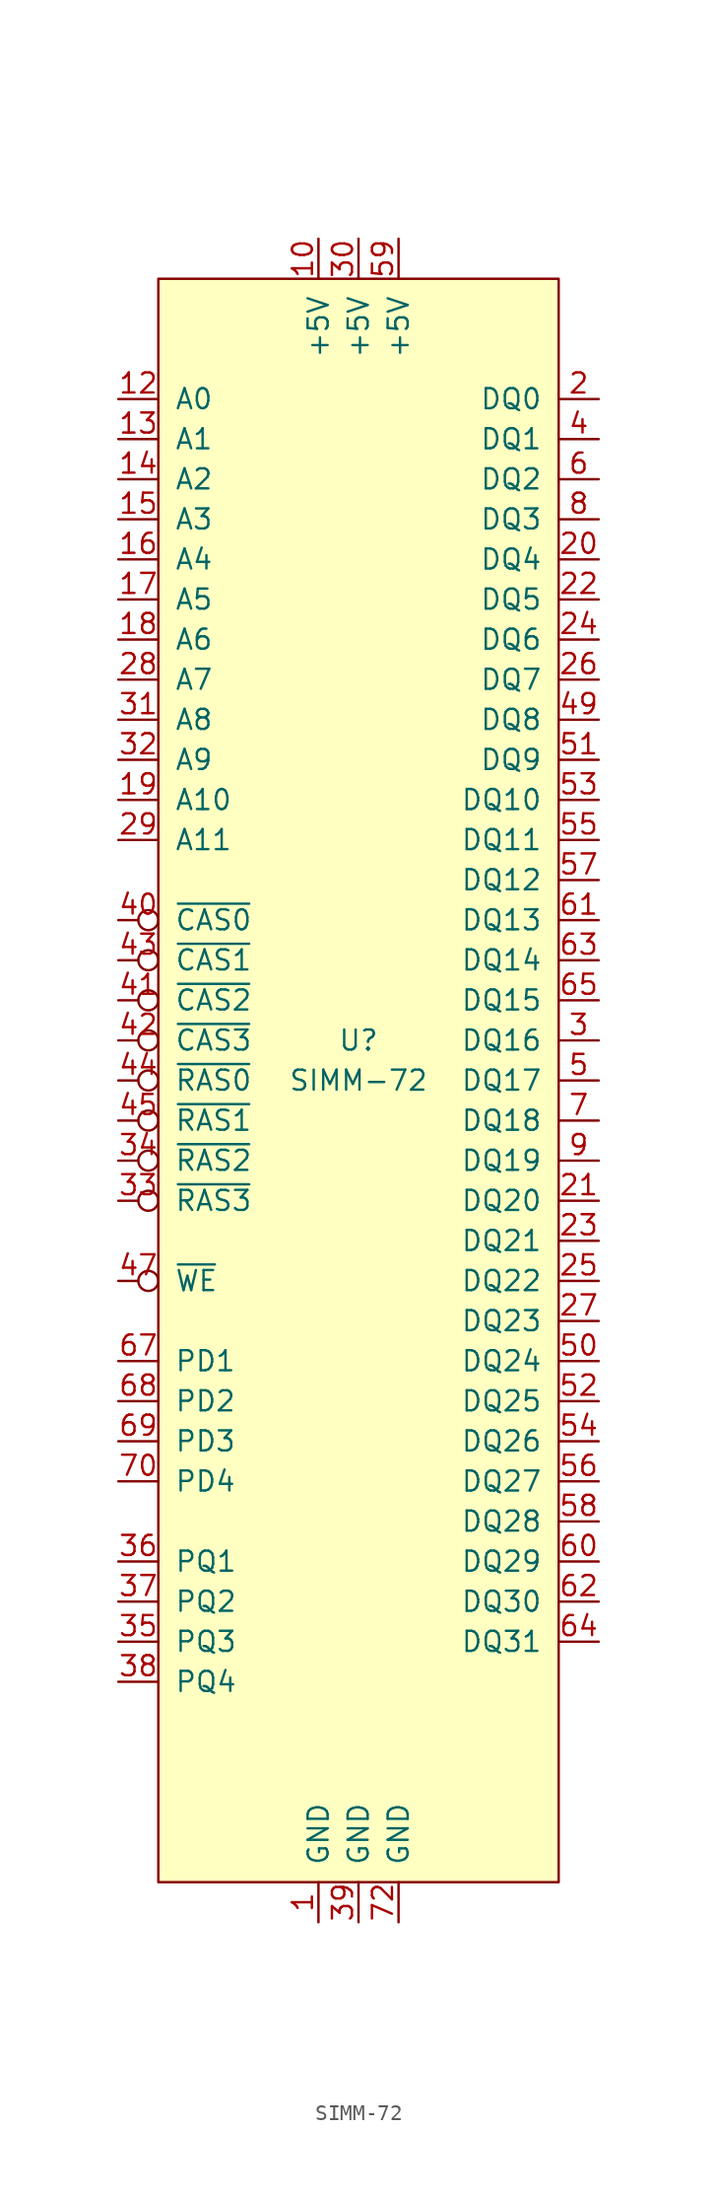
<source format=kicad_sym>
(kicad_symbol_lib
  (version 20231120)
  (generator "kicad_symbol_editor")
  (generator_version "8.0")
  (symbol "SIMM-72"
    (pin_names
      (offset 1.016))
    (property "Reference" "U"
      (at 0 2.54 0)
      (effects (font (size 1.27 1.27))))
    (property "Value" "SIMM-72"
      (at 0 0 0)
      (effects (font (size 1.27 1.27))))
    (symbol "SIMM-72_1_1"
      (rectangle (start -12.7 50.8) (end 12.7 -50.8) (stroke (width 0) (type solid)) (fill (type background)))
      (pin power_in line (at -2.54 -53.34 90) (length 2.54) (name "GND" (effects (font (size 1.27 1.27)))) (number "1" (effects (font (size 1.27 1.27)))))
      (pin power_in line (at -2.54 53.34 270) (length 2.54) (name "+5V" (effects (font (size 1.27 1.27)))) (number "10" (effects (font (size 1.27 1.27)))))
      (pin no_connect line (at -10.16 -53.34 90) (length 2.54) hide (name "NC" (effects (font (size 1.27 1.27)))) (number "11" (effects (font (size 1.27 1.27)))))
      (pin input line (at -15.24 43.18 0) (length 2.54) (name "A0" (effects (font (size 1.27 1.27)))) (number "12" (effects (font (size 1.27 1.27)))))
      (pin input line (at -15.24 40.64 0) (length 2.54) (name "A1" (effects (font (size 1.27 1.27)))) (number "13" (effects (font (size 1.27 1.27)))))
      (pin input line (at -15.24 38.1 0) (length 2.54) (name "A2" (effects (font (size 1.27 1.27)))) (number "14" (effects (font (size 1.27 1.27)))))
      (pin input line (at -15.24 35.56 0) (length 2.54) (name "A3" (effects (font (size 1.27 1.27)))) (number "15" (effects (font (size 1.27 1.27)))))
      (pin input line (at -15.24 33.02 0) (length 2.54) (name "A4" (effects (font (size 1.27 1.27)))) (number "16" (effects (font (size 1.27 1.27)))))
      (pin input line (at -15.24 30.48 0) (length 2.54) (name "A5" (effects (font (size 1.27 1.27)))) (number "17" (effects (font (size 1.27 1.27)))))
      (pin input line (at -15.24 27.94 0) (length 2.54) (name "A6" (effects (font (size 1.27 1.27)))) (number "18" (effects (font (size 1.27 1.27)))))
      (pin input line (at -15.24 17.78 0) (length 2.54) (name "A10" (effects (font (size 1.27 1.27)))) (number "19" (effects (font (size 1.27 1.27)))))
      (pin bidirectional line (at 15.24 43.18 180) (length 2.54) (name "DQ0" (effects (font (size 1.27 1.27)))) (number "2" (effects (font (size 1.27 1.27)))))
      (pin bidirectional line (at 15.24 33.02 180) (length 2.54) (name "DQ4" (effects (font (size 1.27 1.27)))) (number "20" (effects (font (size 1.27 1.27)))))
      (pin bidirectional line (at 15.24 -7.62 180) (length 2.54) (name "DQ20" (effects (font (size 1.27 1.27)))) (number "21" (effects (font (size 1.27 1.27)))))
      (pin bidirectional line (at 15.24 30.48 180) (length 2.54) (name "DQ5" (effects (font (size 1.27 1.27)))) (number "22" (effects (font (size 1.27 1.27)))))
      (pin bidirectional line (at 15.24 -10.16 180) (length 2.54) (name "DQ21" (effects (font (size 1.27 1.27)))) (number "23" (effects (font (size 1.27 1.27)))))
      (pin bidirectional line (at 15.24 27.94 180) (length 2.54) (name "DQ6" (effects (font (size 1.27 1.27)))) (number "24" (effects (font (size 1.27 1.27)))))
      (pin bidirectional line (at 15.24 -12.7 180) (length 2.54) (name "DQ22" (effects (font (size 1.27 1.27)))) (number "25" (effects (font (size 1.27 1.27)))))
      (pin bidirectional line (at 15.24 25.4 180) (length 2.54) (name "DQ7" (effects (font (size 1.27 1.27)))) (number "26" (effects (font (size 1.27 1.27)))))
      (pin bidirectional line (at 15.24 -15.24 180) (length 2.54) (name "DQ23" (effects (font (size 1.27 1.27)))) (number "27" (effects (font (size 1.27 1.27)))))
      (pin input line (at -15.24 25.4 0) (length 2.54) (name "A7" (effects (font (size 1.27 1.27)))) (number "28" (effects (font (size 1.27 1.27)))))
      (pin input line (at -15.24 15.24 0) (length 2.54) (name "A11" (effects (font (size 1.27 1.27)))) (number "29" (effects (font (size 1.27 1.27)))))
      (pin bidirectional line (at 15.24 2.54 180) (length 2.54) (name "DQ16" (effects (font (size 1.27 1.27)))) (number "3" (effects (font (size 1.27 1.27)))))
      (pin power_in line (at 0 53.34 270) (length 2.54) (name "+5V" (effects (font (size 1.27 1.27)))) (number "30" (effects (font (size 1.27 1.27)))))
      (pin input line (at -15.24 22.86 0) (length 2.54) (name "A8" (effects (font (size 1.27 1.27)))) (number "31" (effects (font (size 1.27 1.27)))))
      (pin input line (at -15.24 20.32 0) (length 2.54) (name "A9" (effects (font (size 1.27 1.27)))) (number "32" (effects (font (size 1.27 1.27)))))
      (pin input inverted (at -15.24 -7.62 0) (length 2.54) (name "~{RAS3}" (effects (font (size 1.27 1.27)))) (number "33" (effects (font (size 1.27 1.27)))))
      (pin input inverted (at -15.24 -5.08 0) (length 2.54) (name "~{RAS2}" (effects (font (size 1.27 1.27)))) (number "34" (effects (font (size 1.27 1.27)))))
      (pin unspecified line (at -15.24 -35.56 0) (length 2.54) (name "PQ3" (effects (font (size 1.27 1.27)))) (number "35" (effects (font (size 1.27 1.27)))))
      (pin unspecified line (at -15.24 -30.48 0) (length 2.54) (name "PQ1" (effects (font (size 1.27 1.27)))) (number "36" (effects (font (size 1.27 1.27)))))
      (pin unspecified line (at -15.24 -33.02 0) (length 2.54) (name "PQ2" (effects (font (size 1.27 1.27)))) (number "37" (effects (font (size 1.27 1.27)))))
      (pin unspecified line (at -15.24 -38.1 0) (length 2.54) (name "PQ4" (effects (font (size 1.27 1.27)))) (number "38" (effects (font (size 1.27 1.27)))))
      (pin power_in line (at 0 -53.34 90) (length 2.54) (name "GND" (effects (font (size 1.27 1.27)))) (number "39" (effects (font (size 1.27 1.27)))))
      (pin bidirectional line (at 15.24 40.64 180) (length 2.54) (name "DQ1" (effects (font (size 1.27 1.27)))) (number "4" (effects (font (size 1.27 1.27)))))
      (pin input inverted (at -15.24 10.16 0) (length 2.54) (name "~{CAS0}" (effects (font (size 1.27 1.27)))) (number "40" (effects (font (size 1.27 1.27)))))
      (pin input inverted (at -15.24 5.08 0) (length 2.54) (name "~{CAS2}" (effects (font (size 1.27 1.27)))) (number "41" (effects (font (size 1.27 1.27)))))
      (pin input inverted (at -15.24 2.54 0) (length 2.54) (name "~{CAS3}" (effects (font (size 1.27 1.27)))) (number "42" (effects (font (size 1.27 1.27)))))
      (pin input inverted (at -15.24 7.62 0) (length 2.54) (name "~{CAS1}" (effects (font (size 1.27 1.27)))) (number "43" (effects (font (size 1.27 1.27)))))
      (pin input inverted (at -15.24 0 0) (length 2.54) (name "~{RAS0}" (effects (font (size 1.27 1.27)))) (number "44" (effects (font (size 1.27 1.27)))))
      (pin input inverted (at -15.24 -2.54 0) (length 2.54) (name "~{RAS1}" (effects (font (size 1.27 1.27)))) (number "45" (effects (font (size 1.27 1.27)))))
      (pin no_connect line (at -7.62 -53.34 90) (length 2.54) hide (name "NC" (effects (font (size 1.27 1.27)))) (number "46" (effects (font (size 1.27 1.27)))))
      (pin input inverted (at -15.24 -12.7 0) (length 2.54) (name "~{WE}" (effects (font (size 1.27 1.27)))) (number "47" (effects (font (size 1.27 1.27)))))
      (pin no_connect line (at -5.08 -53.34 90) (length 2.54) hide (name "NC" (effects (font (size 1.27 1.27)))) (number "48" (effects (font (size 1.27 1.27)))))
      (pin bidirectional line (at 15.24 22.86 180) (length 2.54) (name "DQ8" (effects (font (size 1.27 1.27)))) (number "49" (effects (font (size 1.27 1.27)))))
      (pin bidirectional line (at 15.24 0 180) (length 2.54) (name "DQ17" (effects (font (size 1.27 1.27)))) (number "5" (effects (font (size 1.27 1.27)))))
      (pin bidirectional line (at 15.24 -17.78 180) (length 2.54) (name "DQ24" (effects (font (size 1.27 1.27)))) (number "50" (effects (font (size 1.27 1.27)))))
      (pin bidirectional line (at 15.24 20.32 180) (length 2.54) (name "DQ9" (effects (font (size 1.27 1.27)))) (number "51" (effects (font (size 1.27 1.27)))))
      (pin bidirectional line (at 15.24 -20.32 180) (length 2.54) (name "DQ25" (effects (font (size 1.27 1.27)))) (number "52" (effects (font (size 1.27 1.27)))))
      (pin bidirectional line (at 15.24 17.78 180) (length 2.54) (name "DQ10" (effects (font (size 1.27 1.27)))) (number "53" (effects (font (size 1.27 1.27)))))
      (pin bidirectional line (at 15.24 -22.86 180) (length 2.54) (name "DQ26" (effects (font (size 1.27 1.27)))) (number "54" (effects (font (size 1.27 1.27)))))
      (pin bidirectional line (at 15.24 15.24 180) (length 2.54) (name "DQ11" (effects (font (size 1.27 1.27)))) (number "55" (effects (font (size 1.27 1.27)))))
      (pin bidirectional line (at 15.24 -25.4 180) (length 2.54) (name "DQ27" (effects (font (size 1.27 1.27)))) (number "56" (effects (font (size 1.27 1.27)))))
      (pin bidirectional line (at 15.24 12.7 180) (length 2.54) (name "DQ12" (effects (font (size 1.27 1.27)))) (number "57" (effects (font (size 1.27 1.27)))))
      (pin bidirectional line (at 15.24 -27.94 180) (length 2.54) (name "DQ28" (effects (font (size 1.27 1.27)))) (number "58" (effects (font (size 1.27 1.27)))))
      (pin power_in line (at 2.54 53.34 270) (length 2.54) (name "+5V" (effects (font (size 1.27 1.27)))) (number "59" (effects (font (size 1.27 1.27)))))
      (pin bidirectional line (at 15.24 38.1 180) (length 2.54) (name "DQ2" (effects (font (size 1.27 1.27)))) (number "6" (effects (font (size 1.27 1.27)))))
      (pin bidirectional line (at 15.24 -30.48 180) (length 2.54) (name "DQ29" (effects (font (size 1.27 1.27)))) (number "60" (effects (font (size 1.27 1.27)))))
      (pin bidirectional line (at 15.24 10.16 180) (length 2.54) (name "DQ13" (effects (font (size 1.27 1.27)))) (number "61" (effects (font (size 1.27 1.27)))))
      (pin bidirectional line (at 15.24 -33.02 180) (length 2.54) (name "DQ30" (effects (font (size 1.27 1.27)))) (number "62" (effects (font (size 1.27 1.27)))))
      (pin bidirectional line (at 15.24 7.62 180) (length 2.54) (name "DQ14" (effects (font (size 1.27 1.27)))) (number "63" (effects (font (size 1.27 1.27)))))
      (pin bidirectional line (at 15.24 -35.56 180) (length 2.54) (name "DQ31" (effects (font (size 1.27 1.27)))) (number "64" (effects (font (size 1.27 1.27)))))
      (pin bidirectional line (at 15.24 5.08 180) (length 2.54) (name "DQ15" (effects (font (size 1.27 1.27)))) (number "65" (effects (font (size 1.27 1.27)))))
      (pin no_connect line (at 7.62 -53.34 90) (length 2.54) hide (name "NC" (effects (font (size 1.27 1.27)))) (number "66" (effects (font (size 1.27 1.27)))))
      (pin unspecified line (at -15.24 -17.78 0) (length 2.54) (name "PD1" (effects (font (size 1.27 1.27)))) (number "67" (effects (font (size 1.27 1.27)))))
      (pin unspecified line (at -15.24 -20.32 0) (length 2.54) (name "PD2" (effects (font (size 1.27 1.27)))) (number "68" (effects (font (size 1.27 1.27)))))
      (pin unspecified line (at -15.24 -22.86 0) (length 2.54) (name "PD3" (effects (font (size 1.27 1.27)))) (number "69" (effects (font (size 1.27 1.27)))))
      (pin bidirectional line (at 15.24 -2.54 180) (length 2.54) (name "DQ18" (effects (font (size 1.27 1.27)))) (number "7" (effects (font (size 1.27 1.27)))))
      (pin unspecified line (at -15.24 -25.4 0) (length 2.54) (name "PD4" (effects (font (size 1.27 1.27)))) (number "70" (effects (font (size 1.27 1.27)))))
      (pin no_connect line (at 10.16 -53.34 90) (length 2.54) hide (name "NC" (effects (font (size 1.27 1.27)))) (number "71" (effects (font (size 1.27 1.27)))))
      (pin power_in line (at 2.54 -53.34 90) (length 2.54) (name "GND" (effects (font (size 1.27 1.27)))) (number "72" (effects (font (size 1.27 1.27)))))
      (pin bidirectional line (at 15.24 35.56 180) (length 2.54) (name "DQ3" (effects (font (size 1.27 1.27)))) (number "8" (effects (font (size 1.27 1.27)))))
      (pin bidirectional line (at 15.24 -5.08 180) (length 2.54) (name "DQ19" (effects (font (size 1.27 1.27)))) (number "9" (effects (font (size 1.27 1.27))))))))
</source>
